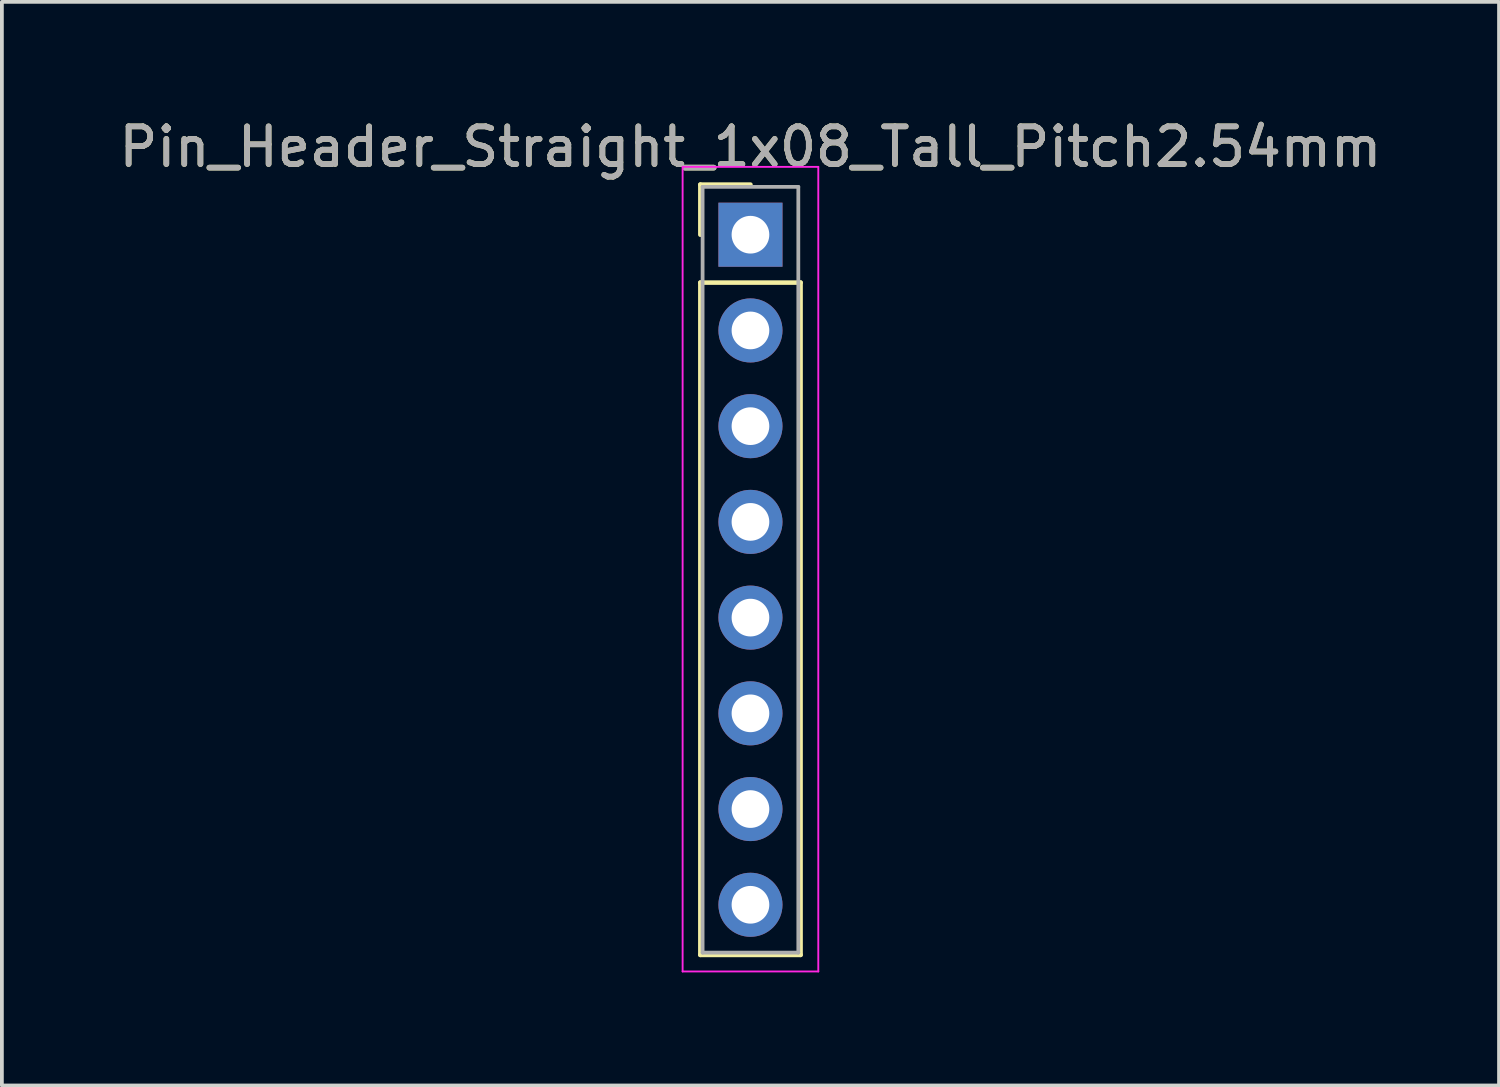
<source format=kicad_pcb>
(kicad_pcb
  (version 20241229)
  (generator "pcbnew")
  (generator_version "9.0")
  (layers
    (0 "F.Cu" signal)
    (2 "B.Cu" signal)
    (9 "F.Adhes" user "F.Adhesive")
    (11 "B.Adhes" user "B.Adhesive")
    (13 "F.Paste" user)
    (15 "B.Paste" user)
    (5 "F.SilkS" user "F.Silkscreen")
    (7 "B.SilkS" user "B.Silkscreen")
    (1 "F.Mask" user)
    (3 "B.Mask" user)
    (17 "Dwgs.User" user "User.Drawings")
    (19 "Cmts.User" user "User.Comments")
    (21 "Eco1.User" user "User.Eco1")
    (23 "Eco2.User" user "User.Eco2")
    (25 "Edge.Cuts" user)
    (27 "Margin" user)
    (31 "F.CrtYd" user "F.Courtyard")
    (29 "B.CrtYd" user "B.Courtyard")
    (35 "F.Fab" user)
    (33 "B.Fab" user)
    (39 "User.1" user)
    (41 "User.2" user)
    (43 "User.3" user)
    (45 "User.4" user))
  (footprint "Pin_Header_Straight_1x08_Tall_Pitch2.54mm"
    (layer "F.Cu")
    (at 16.863 3.178)
    (property "Reference" "Pin_Header_Straight_1x08_Tall_Pitch2.54mm" (at 0 -2.33 0) (layer "F.SilkS") (effects (font (size 1 1) (thickness 0.15))))
    (attr through_hole)
    (fp_line (start -1.33 -1.33) (end 0 -1.33) (stroke (width 0.12) (type solid)) (layer "F.SilkS"))
    (fp_line (start -1.33 0) (end -1.33 -1.33) (stroke (width 0.12) (type solid)) (layer "F.SilkS"))
    (fp_line (start -1.33 1.27) (end -1.33 19.11) (stroke (width 0.12) (type solid)) (layer "F.SilkS"))
    (fp_line (start -1.33 19.11) (end 1.33 19.11) (stroke (width 0.12) (type solid)) (layer "F.SilkS"))
    (fp_line (start 1.33 1.27) (end -1.33 1.27) (stroke (width 0.12) (type solid)) (layer "F.SilkS"))
    (fp_line (start 1.33 19.11) (end 1.33 1.27) (stroke (width 0.12) (type solid)) (layer "F.SilkS"))
    (fp_line (start -1.8 -1.8) (end -1.8 19.55) (stroke (width 0.05) (type solid)) (layer "F.CrtYd"))
    (fp_line (start -1.8 19.55) (end 1.8 19.55) (stroke (width 0.05) (type solid)) (layer "F.CrtYd"))
    (fp_line (start 1.8 -1.8) (end -1.8 -1.8) (stroke (width 0.05) (type solid)) (layer "F.CrtYd"))
    (fp_line (start 1.8 19.55) (end 1.8 -1.8) (stroke (width 0.05) (type solid)) (layer "F.CrtYd"))
    (fp_line (start -1.27 -1.27) (end -1.27 19.05) (stroke (width 0.1) (type solid)) (layer "F.Fab"))
    (fp_line (start -1.27 19.05) (end 1.27 19.05) (stroke (width 0.1) (type solid)) (layer "F.Fab"))
    (fp_line (start 1.27 -1.27) (end -1.27 -1.27) (stroke (width 0.1) (type solid)) (layer "F.Fab"))
    (fp_line (start 1.27 19.05) (end 1.27 -1.27) (stroke (width 0.1) (type solid)) (layer "F.Fab"))
    (fp_text user "${REFERENCE}" (at 0 -2.33 0) (layer "F.Fab") (effects (font (size 1 1) (thickness 0.15))))
    (pad "1" thru_hole rect (at 0 0) (size 1.7 1.7) (drill 1) (layers "*.Cu" "*.Mask"))
    (pad "2" thru_hole oval (at 0 2.54) (size 1.7 1.7) (drill 1) (layers "*.Cu" "*.Mask"))
    (pad "3" thru_hole oval (at 0 5.08) (size 1.7 1.7) (drill 1) (layers "*.Cu" "*.Mask"))
    (pad "4" thru_hole oval (at 0 7.62) (size 1.7 1.7) (drill 1) (layers "*.Cu" "*.Mask"))
    (pad "5" thru_hole oval (at 0 10.16) (size 1.7 1.7) (drill 1) (layers "*.Cu" "*.Mask"))
    (pad "6" thru_hole oval (at 0 12.7) (size 1.7 1.7) (drill 1) (layers "*.Cu" "*.Mask"))
    (pad "7" thru_hole oval (at 0 15.24) (size 1.7 1.7) (drill 1) (layers "*.Cu" "*.Mask"))
    (pad "8" thru_hole oval (at 0 17.78) (size 1.7 1.7) (drill 1) (layers "*.Cu" "*.Mask")))
  (gr_rect
    (start -3 -3)
    (end 36.726 25.753)
    (stroke (width 0.1) (type default))
    (fill no)
    (layer "Edge.Cuts")))
</source>
